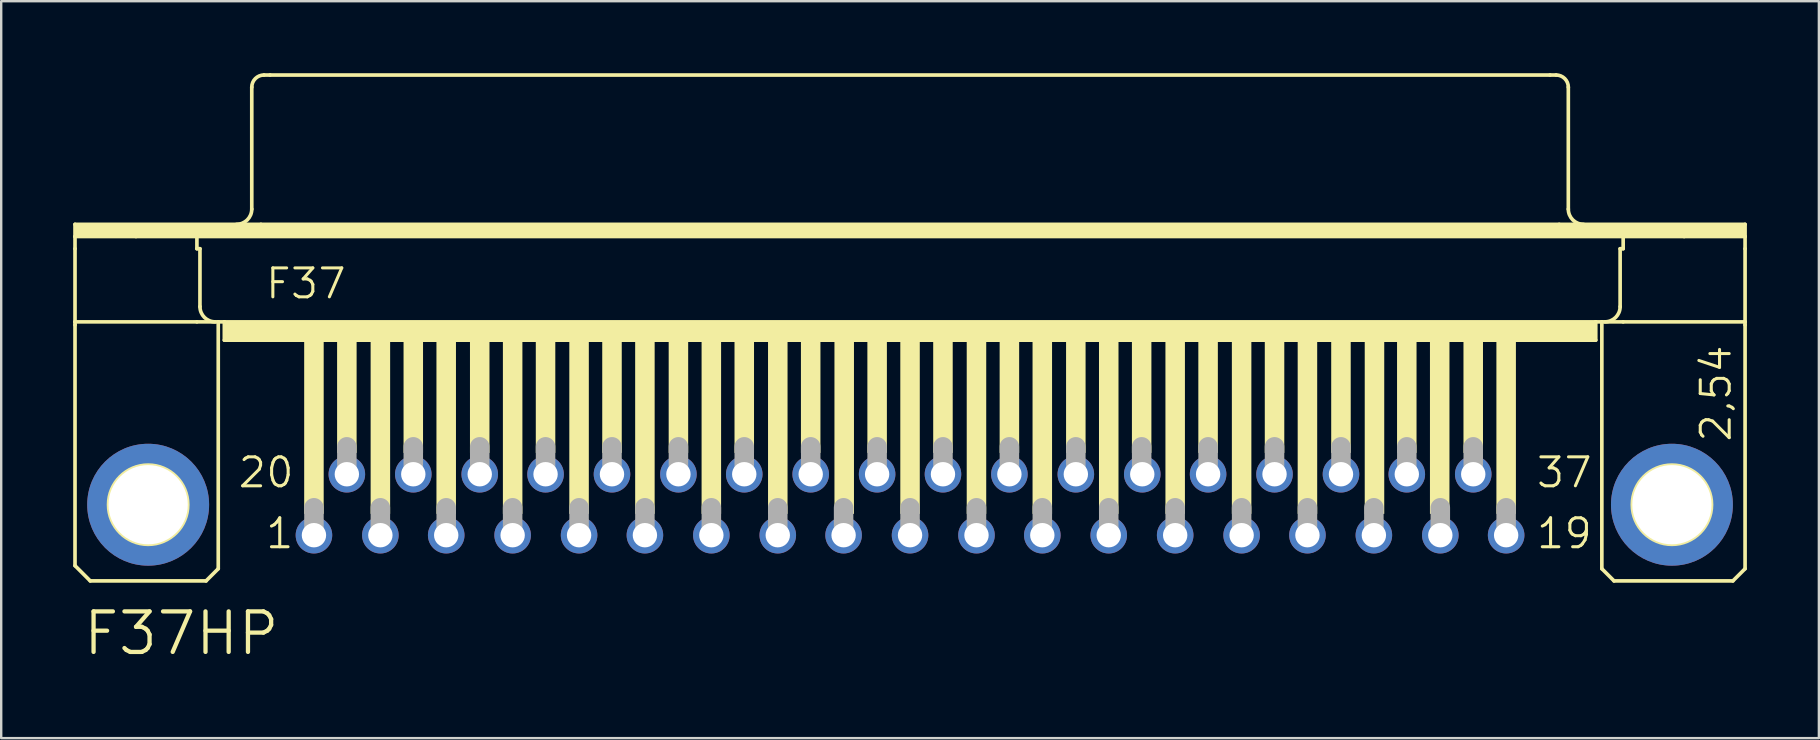
<source format=kicad_pcb>
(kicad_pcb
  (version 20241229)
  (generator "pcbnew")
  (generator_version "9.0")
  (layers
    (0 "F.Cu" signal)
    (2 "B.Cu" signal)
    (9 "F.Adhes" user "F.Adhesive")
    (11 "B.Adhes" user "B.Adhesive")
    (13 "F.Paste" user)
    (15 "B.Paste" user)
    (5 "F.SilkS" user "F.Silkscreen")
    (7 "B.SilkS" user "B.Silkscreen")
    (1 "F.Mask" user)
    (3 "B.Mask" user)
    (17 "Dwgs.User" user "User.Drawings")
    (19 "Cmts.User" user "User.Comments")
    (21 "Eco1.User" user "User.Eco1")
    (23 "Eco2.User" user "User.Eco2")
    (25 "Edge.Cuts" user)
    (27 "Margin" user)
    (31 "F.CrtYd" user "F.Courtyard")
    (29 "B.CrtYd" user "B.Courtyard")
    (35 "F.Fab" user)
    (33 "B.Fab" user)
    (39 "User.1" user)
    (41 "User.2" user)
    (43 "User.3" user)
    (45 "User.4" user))
  (footprint "F37HP"
    (layer "F.Cu")
    (at 34.874 17.983)
    (property "Reference" "F37HP" (at -34.544 6.35 0) (layer "F.SilkS") (effects (font (size 1.689 1.689) (thickness 0.178)) (justify left bottom)))
    (attr through_hole)
    (fp_line (start -34.798 -11.684) (end -27.051 -11.684) (stroke (width 0.152) (type solid)) (layer "F.SilkS"))
    (fp_line (start -34.798 -11.176) (end -34.798 -11.684) (stroke (width 0.152) (type solid)) (layer "F.SilkS"))
    (fp_line (start -34.798 -11.176) (end -32.258 -11.176) (stroke (width 0.152) (type solid)) (layer "F.SilkS"))
    (fp_line (start -34.798 -10.668) (end -34.798 -11.176) (stroke (width 0.152) (type solid)) (layer "F.SilkS"))
    (fp_line (start -34.798 -7.62) (end -34.798 -10.668) (stroke (width 0.152) (type solid)) (layer "F.SilkS"))
    (fp_line (start -34.798 -7.62) (end -34.798 -7.493) (stroke (width 0.152) (type solid)) (layer "F.SilkS"))
    (fp_line (start -34.798 -7.62) (end -29.718 -7.62) (stroke (width 0.152) (type solid)) (layer "F.SilkS"))
    (fp_line (start -34.798 2.54) (end -34.798 -7.493) (stroke (width 0.152) (type solid)) (layer "F.SilkS"))
    (fp_line (start -34.163 3.175) (end -34.798 2.54) (stroke (width 0.152) (type solid)) (layer "F.SilkS"))
    (fp_line (start -32.258 -11.176) (end -29.718 -11.176) (stroke (width 0.152) (type solid)) (layer "F.SilkS"))
    (fp_line (start -29.718 -11.176) (end 29.718 -11.176) (stroke (width 0.152) (type solid)) (layer "F.SilkS"))
    (fp_line (start -29.718 -10.668) (end -29.718 -11.176) (stroke (width 0.152) (type solid)) (layer "F.SilkS"))
    (fp_line (start -29.718 -10.668) (end -29.591 -10.668) (stroke (width 0.152) (type solid)) (layer "F.SilkS"))
    (fp_line (start -29.718 -7.62) (end -28.829 -7.62) (stroke (width 0.152) (type solid)) (layer "F.SilkS"))
    (fp_line (start -29.591 -8.255) (end -29.591 -10.668) (stroke (width 0.152) (type solid)) (layer "F.SilkS"))
    (fp_line (start -29.337 3.175) (end -34.163 3.175) (stroke (width 0.152) (type solid)) (layer "F.SilkS"))
    (fp_line (start -29.337 3.175) (end -28.829 2.667) (stroke (width 0.152) (type solid)) (layer "F.SilkS"))
    (fp_line (start -28.829 -7.62) (end -28.575 -7.62) (stroke (width 0.152) (type solid)) (layer "F.SilkS"))
    (fp_line (start -28.829 2.667) (end -28.829 -7.62) (stroke (width 0.152) (type solid)) (layer "F.SilkS"))
    (fp_line (start -28.575 -7.62) (end -28.575 -6.858) (stroke (width 0.152) (type solid)) (layer "F.SilkS"))
    (fp_line (start -28.575 -7.62) (end 28.575 -7.62) (stroke (width 0.152) (type solid)) (layer "F.SilkS"))
    (fp_line (start -28.575 -6.858) (end 28.575 -6.858) (stroke (width 0.152) (type solid)) (layer "F.SilkS"))
    (fp_line (start -27.432 -12.319) (end -27.432 -17.399) (stroke (width 0.152) (type solid)) (layer "F.SilkS"))
    (fp_line (start -27.051 -11.684) (end 27.051 -11.684) (stroke (width 0.152) (type solid)) (layer "F.SilkS"))
    (fp_line (start -26.924 -17.907) (end -26.67 -17.907) (stroke (width 0.152) (type solid)) (layer "F.SilkS"))
    (fp_line (start -26.67 -17.907) (end 26.67 -17.907) (stroke (width 0.152) (type solid)) (layer "F.SilkS"))
    (fp_line (start 26.67 -17.907) (end 26.924 -17.907) (stroke (width 0.152) (type solid)) (layer "F.SilkS"))
    (fp_line (start 27.051 -11.684) (end 34.798 -11.684) (stroke (width 0.152) (type solid)) (layer "F.SilkS"))
    (fp_line (start 27.432 -12.319) (end 27.432 -17.399) (stroke (width 0.152) (type solid)) (layer "F.SilkS"))
    (fp_line (start 28.575 -7.62) (end 28.575 -6.858) (stroke (width 0.152) (type solid)) (layer "F.SilkS"))
    (fp_line (start 28.575 -7.62) (end 28.829 -7.62) (stroke (width 0.152) (type solid)) (layer "F.SilkS"))
    (fp_line (start 28.829 -7.62) (end 29.718 -7.62) (stroke (width 0.152) (type solid)) (layer "F.SilkS"))
    (fp_line (start 28.829 2.667) (end 28.829 -7.62) (stroke (width 0.152) (type solid)) (layer "F.SilkS"))
    (fp_line (start 28.829 2.667) (end 29.337 3.175) (stroke (width 0.152) (type solid)) (layer "F.SilkS"))
    (fp_line (start 29.337 3.175) (end 34.29 3.175) (stroke (width 0.152) (type solid)) (layer "F.SilkS"))
    (fp_line (start 29.591 -10.668) (end 29.718 -10.668) (stroke (width 0.152) (type solid)) (layer "F.SilkS"))
    (fp_line (start 29.591 -8.255) (end 29.591 -10.668) (stroke (width 0.152) (type solid)) (layer "F.SilkS"))
    (fp_line (start 29.718 -11.176) (end 32.258 -11.176) (stroke (width 0.152) (type solid)) (layer "F.SilkS"))
    (fp_line (start 29.718 -10.668) (end 29.718 -11.176) (stroke (width 0.152) (type solid)) (layer "F.SilkS"))
    (fp_line (start 29.718 -7.62) (end 34.798 -7.62) (stroke (width 0.152) (type solid)) (layer "F.SilkS"))
    (fp_line (start 32.258 -11.176) (end 34.798 -11.176) (stroke (width 0.152) (type solid)) (layer "F.SilkS"))
    (fp_line (start 34.29 3.175) (end 34.798 2.667) (stroke (width 0.152) (type solid)) (layer "F.SilkS"))
    (fp_line (start 34.798 -11.684) (end 34.798 -11.176) (stroke (width 0.152) (type solid)) (layer "F.SilkS"))
    (fp_line (start 34.798 -11.176) (end 34.798 -10.668) (stroke (width 0.152) (type solid)) (layer "F.SilkS"))
    (fp_line (start 34.798 -10.668) (end 34.798 -7.62) (stroke (width 0.152) (type solid)) (layer "F.SilkS"))
    (fp_line (start 34.798 -7.62) (end 34.798 -7.493) (stroke (width 0.152) (type solid)) (layer "F.SilkS"))
    (fp_line (start 34.798 2.667) (end 34.798 -7.493) (stroke (width 0.152) (type solid)) (layer "F.SilkS"))
    (fp_arc (start -28.956 -7.62) (mid -29.405013 -7.805987) (end -29.591 -8.255) (stroke (width 0.1524) (type solid)) (layer "F.SilkS"))
    (fp_arc (start -27.432 -17.399) (mid -27.28321 -17.75821) (end -26.924 -17.907) (stroke (width 0.1524) (type solid)) (layer "F.SilkS"))
    (fp_arc (start -27.432 -12.319) (mid -27.617987 -11.869987) (end -28.067 -11.684) (stroke (width 0.1524) (type solid)) (layer "F.SilkS"))
    (fp_arc (start 26.924 -17.907) (mid 27.28321 -17.75821) (end 27.432 -17.399) (stroke (width 0.1524) (type solid)) (layer "F.SilkS"))
    (fp_arc (start 28.067 -11.684) (mid 27.617987 -11.869987) (end 27.432 -12.319) (stroke (width 0.1524) (type solid)) (layer "F.SilkS"))
    (fp_arc (start 29.591 -8.255) (mid 29.405013 -7.805987) (end 28.956 -7.62) (stroke (width 0.1524) (type solid)) (layer "F.SilkS"))
    (fp_circle (center -31.75 0) (end -30.099 0) (stroke (width 0.152) (type solid)) (fill no) (layer "F.SilkS"))
    (fp_circle (center 31.75 0) (end 33.401 0) (stroke (width 0.152) (type solid)) (fill no) (layer "F.SilkS"))
    (fp_poly (pts (xy -34.798 -11.176) (xy 34.798 -11.176) (xy 34.798 -11.684) (xy -34.798 -11.684)) (stroke (width 0) (type solid)) (fill yes) (layer "F.SilkS"))
    (fp_poly (pts (xy -28.575 -6.858) (xy 28.575 -6.858) (xy 28.575 -7.62) (xy -28.575 -7.62)) (stroke (width 0) (type solid)) (fill yes) (layer "F.SilkS"))
    (fp_poly (pts (xy -25.248 0.381) (xy -24.435 0.381) (xy -24.435 -6.858) (xy -25.248 -6.858)) (stroke (width 0) (type solid)) (fill yes) (layer "F.SilkS"))
    (fp_poly (pts (xy -23.876 -2.159) (xy -23.063 -2.159) (xy -23.063 -6.858) (xy -23.876 -6.858)) (stroke (width 0) (type solid)) (fill yes) (layer "F.SilkS"))
    (fp_poly (pts (xy -22.479 0.381) (xy -21.666 0.381) (xy -21.666 -6.858) (xy -22.479 -6.858)) (stroke (width 0) (type solid)) (fill yes) (layer "F.SilkS"))
    (fp_poly (pts (xy -21.107 -2.159) (xy -20.295 -2.159) (xy -20.295 -6.858) (xy -21.107 -6.858)) (stroke (width 0) (type solid)) (fill yes) (layer "F.SilkS"))
    (fp_poly (pts (xy -19.736 0.381) (xy -18.923 0.381) (xy -18.923 -6.858) (xy -19.736 -6.858)) (stroke (width 0) (type solid)) (fill yes) (layer "F.SilkS"))
    (fp_poly (pts (xy -18.339 -2.159) (xy -17.526 -2.159) (xy -17.526 -6.858) (xy -18.339 -6.858)) (stroke (width 0) (type solid)) (fill yes) (layer "F.SilkS"))
    (fp_poly (pts (xy -16.967 0.381) (xy -16.154 0.381) (xy -16.154 -6.858) (xy -16.967 -6.858)) (stroke (width 0) (type solid)) (fill yes) (layer "F.SilkS"))
    (fp_poly (pts (xy -15.596 -2.159) (xy -14.783 -2.159) (xy -14.783 -6.858) (xy -15.596 -6.858)) (stroke (width 0) (type solid)) (fill yes) (layer "F.SilkS"))
    (fp_poly (pts (xy -14.199 0.381) (xy -13.386 0.381) (xy -13.386 -6.858) (xy -14.199 -6.858)) (stroke (width 0) (type solid)) (fill yes) (layer "F.SilkS"))
    (fp_poly (pts (xy -12.827 -2.159) (xy -12.014 -2.159) (xy -12.014 -6.858) (xy -12.827 -6.858)) (stroke (width 0) (type solid)) (fill yes) (layer "F.SilkS"))
    (fp_poly (pts (xy -11.455 0.381) (xy -10.643 0.381) (xy -10.643 -6.858) (xy -11.455 -6.858)) (stroke (width 0) (type solid)) (fill yes) (layer "F.SilkS"))
    (fp_poly (pts (xy -10.058 -2.159) (xy -9.246 -2.159) (xy -9.246 -6.858) (xy -10.058 -6.858)) (stroke (width 0) (type solid)) (fill yes) (layer "F.SilkS"))
    (fp_poly (pts (xy -8.687 0.381) (xy -7.874 0.381) (xy -7.874 -6.858) (xy -8.687 -6.858)) (stroke (width 0) (type solid)) (fill yes) (layer "F.SilkS"))
    (fp_poly (pts (xy -7.315 -2.159) (xy -6.502 -2.159) (xy -6.502 -6.858) (xy -7.315 -6.858)) (stroke (width 0) (type solid)) (fill yes) (layer "F.SilkS"))
    (fp_poly (pts (xy -5.918 0.381) (xy -5.105 0.381) (xy -5.105 -6.858) (xy -5.918 -6.858)) (stroke (width 0) (type solid)) (fill yes) (layer "F.SilkS"))
    (fp_poly (pts (xy -4.547 -2.159) (xy -3.734 -2.159) (xy -3.734 -6.858) (xy -4.547 -6.858)) (stroke (width 0) (type solid)) (fill yes) (layer "F.SilkS"))
    (fp_poly (pts (xy -3.15 0.381) (xy -2.337 0.381) (xy -2.337 -6.858) (xy -3.15 -6.858)) (stroke (width 0) (type solid)) (fill yes) (layer "F.SilkS"))
    (fp_poly (pts (xy -1.778 -2.159) (xy -0.965 -2.159) (xy -0.965 -6.858) (xy -1.778 -6.858)) (stroke (width 0) (type solid)) (fill yes) (layer "F.SilkS"))
    (fp_poly (pts (xy -0.406 0.381) (xy 0.406 0.381) (xy 0.406 -6.858) (xy -0.406 -6.858)) (stroke (width 0) (type solid)) (fill yes) (layer "F.SilkS"))
    (fp_poly (pts (xy 0.965 -2.159) (xy 1.778 -2.159) (xy 1.778 -6.858) (xy 0.965 -6.858)) (stroke (width 0) (type solid)) (fill yes) (layer "F.SilkS"))
    (fp_poly (pts (xy 2.362 0.381) (xy 3.175 0.381) (xy 3.175 -6.858) (xy 2.362 -6.858)) (stroke (width 0) (type solid)) (fill yes) (layer "F.SilkS"))
    (fp_poly (pts (xy 3.734 -2.159) (xy 4.547 -2.159) (xy 4.547 -6.858) (xy 3.734 -6.858)) (stroke (width 0) (type solid)) (fill yes) (layer "F.SilkS"))
    (fp_poly (pts (xy 5.105 0.381) (xy 5.918 0.381) (xy 5.918 -6.858) (xy 5.105 -6.858)) (stroke (width 0) (type solid)) (fill yes) (layer "F.SilkS"))
    (fp_poly (pts (xy 6.502 -2.159) (xy 7.315 -2.159) (xy 7.315 -6.858) (xy 6.502 -6.858)) (stroke (width 0) (type solid)) (fill yes) (layer "F.SilkS"))
    (fp_poly (pts (xy 7.874 0.381) (xy 8.687 0.381) (xy 8.687 -6.858) (xy 7.874 -6.858)) (stroke (width 0) (type solid)) (fill yes) (layer "F.SilkS"))
    (fp_poly (pts (xy 9.246 -2.159) (xy 10.058 -2.159) (xy 10.058 -6.858) (xy 9.246 -6.858)) (stroke (width 0) (type solid)) (fill yes) (layer "F.SilkS"))
    (fp_poly (pts (xy 10.643 0.381) (xy 11.455 0.381) (xy 11.455 -6.858) (xy 10.643 -6.858)) (stroke (width 0) (type solid)) (fill yes) (layer "F.SilkS"))
    (fp_poly (pts (xy 12.014 -2.159) (xy 12.827 -2.159) (xy 12.827 -6.858) (xy 12.014 -6.858)) (stroke (width 0) (type solid)) (fill yes) (layer "F.SilkS"))
    (fp_poly (pts (xy 13.411 0.381) (xy 14.224 0.381) (xy 14.224 -6.858) (xy 13.411 -6.858)) (stroke (width 0) (type solid)) (fill yes) (layer "F.SilkS"))
    (fp_poly (pts (xy 14.783 -2.159) (xy 15.596 -2.159) (xy 15.596 -6.858) (xy 14.783 -6.858)) (stroke (width 0) (type solid)) (fill yes) (layer "F.SilkS"))
    (fp_poly (pts (xy 16.154 0.381) (xy 16.967 0.381) (xy 16.967 -6.858) (xy 16.154 -6.858)) (stroke (width 0) (type solid)) (fill yes) (layer "F.SilkS"))
    (fp_poly (pts (xy 17.551 -2.159) (xy 18.364 -2.159) (xy 18.364 -6.858) (xy 17.551 -6.858)) (stroke (width 0) (type solid)) (fill yes) (layer "F.SilkS"))
    (fp_poly (pts (xy 18.948 0.381) (xy 19.761 0.381) (xy 19.761 -6.858) (xy 18.948 -6.858)) (stroke (width 0) (type solid)) (fill yes) (layer "F.SilkS"))
    (fp_poly (pts (xy 20.295 -2.159) (xy 21.107 -2.159) (xy 21.107 -6.858) (xy 20.295 -6.858)) (stroke (width 0) (type solid)) (fill yes) (layer "F.SilkS"))
    (fp_poly (pts (xy 21.666 0.381) (xy 22.479 0.381) (xy 22.479 -6.858) (xy 21.666 -6.858)) (stroke (width 0) (type solid)) (fill yes) (layer "F.SilkS"))
    (fp_poly (pts (xy 23.063 -2.159) (xy 23.876 -2.159) (xy 23.876 -6.858) (xy 23.063 -6.858)) (stroke (width 0) (type solid)) (fill yes) (layer "F.SilkS"))
    (fp_poly (pts (xy 24.435 0.381) (xy 25.248 0.381) (xy 25.248 -6.858) (xy 24.435 -6.858)) (stroke (width 0) (type solid)) (fill yes) (layer "F.SilkS"))
    (fp_line (start -24.841 1.143) (end -24.841 0.127) (stroke (width 0.813) (type solid)) (layer "F.Fab"))
    (fp_line (start -23.47 -1.397) (end -23.47 -2.413) (stroke (width 0.813) (type solid)) (layer "F.Fab"))
    (fp_line (start -22.073 1.143) (end -22.073 0.127) (stroke (width 0.813) (type solid)) (layer "F.Fab"))
    (fp_line (start -20.701 -1.397) (end -20.701 -2.413) (stroke (width 0.813) (type solid)) (layer "F.Fab"))
    (fp_line (start -19.329 1.143) (end -19.329 0.127) (stroke (width 0.813) (type solid)) (layer "F.Fab"))
    (fp_line (start -17.932 -1.397) (end -17.932 -2.413) (stroke (width 0.813) (type solid)) (layer "F.Fab"))
    (fp_line (start -16.561 1.143) (end -16.561 0.127) (stroke (width 0.813) (type solid)) (layer "F.Fab"))
    (fp_line (start -15.189 -1.397) (end -15.189 -2.413) (stroke (width 0.813) (type solid)) (layer "F.Fab"))
    (fp_line (start -13.792 1.143) (end -13.792 0.127) (stroke (width 0.813) (type solid)) (layer "F.Fab"))
    (fp_line (start -12.421 -1.397) (end -12.421 -2.413) (stroke (width 0.813) (type solid)) (layer "F.Fab"))
    (fp_line (start -11.049 1.143) (end -11.049 0.127) (stroke (width 0.813) (type solid)) (layer "F.Fab"))
    (fp_line (start -9.652 -1.397) (end -9.652 -2.413) (stroke (width 0.813) (type solid)) (layer "F.Fab"))
    (fp_line (start -8.28 1.143) (end -8.28 0.127) (stroke (width 0.813) (type solid)) (layer "F.Fab"))
    (fp_line (start -6.909 -1.397) (end -6.909 -2.413) (stroke (width 0.813) (type solid)) (layer "F.Fab"))
    (fp_line (start -5.512 1.143) (end -5.512 0.127) (stroke (width 0.813) (type solid)) (layer "F.Fab"))
    (fp_line (start -4.14 -1.397) (end -4.14 -2.413) (stroke (width 0.813) (type solid)) (layer "F.Fab"))
    (fp_line (start -2.769 1.143) (end -2.769 0.127) (stroke (width 0.813) (type solid)) (layer "F.Fab"))
    (fp_line (start -1.372 -1.397) (end -1.372 -2.413) (stroke (width 0.813) (type solid)) (layer "F.Fab"))
    (fp_line (start 0 1.143) (end 0 0.127) (stroke (width 0.813) (type solid)) (layer "F.Fab"))
    (fp_line (start 1.372 -1.397) (end 1.372 -2.413) (stroke (width 0.813) (type solid)) (layer "F.Fab"))
    (fp_line (start 2.769 1.143) (end 2.769 0.127) (stroke (width 0.813) (type solid)) (layer "F.Fab"))
    (fp_line (start 4.14 -1.397) (end 4.14 -2.413) (stroke (width 0.813) (type solid)) (layer "F.Fab"))
    (fp_line (start 5.512 1.143) (end 5.512 0.127) (stroke (width 0.813) (type solid)) (layer "F.Fab"))
    (fp_line (start 6.909 -1.397) (end 6.909 -2.413) (stroke (width 0.813) (type solid)) (layer "F.Fab"))
    (fp_line (start 8.28 1.143) (end 8.28 0.127) (stroke (width 0.813) (type solid)) (layer "F.Fab"))
    (fp_line (start 9.652 -1.397) (end 9.652 -2.413) (stroke (width 0.813) (type solid)) (layer "F.Fab"))
    (fp_line (start 11.049 1.143) (end 11.049 0.127) (stroke (width 0.813) (type solid)) (layer "F.Fab"))
    (fp_line (start 12.421 -1.397) (end 12.421 -2.413) (stroke (width 0.813) (type solid)) (layer "F.Fab"))
    (fp_line (start 13.818 1.143) (end 13.818 0.127) (stroke (width 0.813) (type solid)) (layer "F.Fab"))
    (fp_line (start 15.189 -1.397) (end 15.189 -2.413) (stroke (width 0.813) (type solid)) (layer "F.Fab"))
    (fp_line (start 16.561 1.143) (end 16.561 0.127) (stroke (width 0.813) (type solid)) (layer "F.Fab"))
    (fp_line (start 17.958 -1.397) (end 17.958 -2.413) (stroke (width 0.813) (type solid)) (layer "F.Fab"))
    (fp_line (start 19.329 1.143) (end 19.329 0.127) (stroke (width 0.813) (type solid)) (layer "F.Fab"))
    (fp_line (start 20.701 -1.397) (end 20.701 -2.413) (stroke (width 0.813) (type solid)) (layer "F.Fab"))
    (fp_line (start 22.098 1.143) (end 22.098 0.127) (stroke (width 0.813) (type solid)) (layer "F.Fab"))
    (fp_line (start 23.47 -1.397) (end 23.47 -2.413) (stroke (width 0.813) (type solid)) (layer "F.Fab"))
    (fp_line (start 24.841 1.143) (end 24.841 0.127) (stroke (width 0.813) (type solid)) (layer "F.Fab"))
    (fp_text user "1" (at -26.924 1.905 0) (layer "F.SilkS") (effects (font (size 1.206 1.206) (thickness 0.127)) (justify left bottom)))
    (fp_text user "2,54" (at 34.29 -2.54 90) (layer "F.SilkS") (effects (font (size 1.206 1.206) (thickness 0.127)) (justify left bottom)))
    (fp_text user "37" (at 26.035 -0.635 0) (layer "F.SilkS") (effects (font (size 1.206 1.206) (thickness 0.127)) (justify left bottom)))
    (fp_text user "20" (at -28.067 -0.635 0) (layer "F.SilkS") (effects (font (size 1.206 1.206) (thickness 0.127)) (justify left bottom)))
    (fp_text user "F37" (at -26.924 -8.509 0) (layer "F.SilkS") (effects (font (size 1.206 1.206) (thickness 0.127)) (justify left bottom)))
    (fp_text user "19" (at 26.035 1.905 0) (layer "F.SilkS") (effects (font (size 1.206 1.206) (thickness 0.127)) (justify left bottom)))
    (pad "1" thru_hole circle (at -24.841 1.27) (size 1.524 1.524) (drill 1.016) (layers "*.Cu" "*.Mask"))
    (pad "2" thru_hole circle (at -22.073 1.27) (size 1.524 1.524) (drill 1.016) (layers "*.Cu" "*.Mask"))
    (pad "3" thru_hole circle (at -19.329 1.27) (size 1.524 1.524) (drill 1.016) (layers "*.Cu" "*.Mask"))
    (pad "4" thru_hole circle (at -16.561 1.27) (size 1.524 1.524) (drill 1.016) (layers "*.Cu" "*.Mask"))
    (pad "5" thru_hole circle (at -13.792 1.27) (size 1.524 1.524) (drill 1.016) (layers "*.Cu" "*.Mask"))
    (pad "6" thru_hole circle (at -11.049 1.27) (size 1.524 1.524) (drill 1.016) (layers "*.Cu" "*.Mask"))
    (pad "7" thru_hole circle (at -8.28 1.27) (size 1.524 1.524) (drill 1.016) (layers "*.Cu" "*.Mask"))
    (pad "8" thru_hole circle (at -5.512 1.27) (size 1.524 1.524) (drill 1.016) (layers "*.Cu" "*.Mask"))
    (pad "9" thru_hole circle (at -2.769 1.27) (size 1.524 1.524) (drill 1.016) (layers "*.Cu" "*.Mask"))
    (pad "10" thru_hole circle (at 0 1.27) (size 1.524 1.524) (drill 1.016) (layers "*.Cu" "*.Mask"))
    (pad "11" thru_hole circle (at 2.769 1.27) (size 1.524 1.524) (drill 1.016) (layers "*.Cu" "*.Mask"))
    (pad "12" thru_hole circle (at 5.512 1.27) (size 1.524 1.524) (drill 1.016) (layers "*.Cu" "*.Mask"))
    (pad "13" thru_hole circle (at 8.28 1.27) (size 1.524 1.524) (drill 1.016) (layers "*.Cu" "*.Mask"))
    (pad "14" thru_hole circle (at 11.049 1.27) (size 1.524 1.524) (drill 1.016) (layers "*.Cu" "*.Mask"))
    (pad "15" thru_hole circle (at 13.818 1.27) (size 1.524 1.524) (drill 1.016) (layers "*.Cu" "*.Mask"))
    (pad "16" thru_hole circle (at 16.561 1.27) (size 1.524 1.524) (drill 1.016) (layers "*.Cu" "*.Mask"))
    (pad "17" thru_hole circle (at 19.329 1.27) (size 1.524 1.524) (drill 1.016) (layers "*.Cu" "*.Mask"))
    (pad "18" thru_hole circle (at 22.098 1.27) (size 1.524 1.524) (drill 1.016) (layers "*.Cu" "*.Mask"))
    (pad "19" thru_hole circle (at 24.841 1.27) (size 1.524 1.524) (drill 1.016) (layers "*.Cu" "*.Mask"))
    (pad "20" thru_hole circle (at -23.47 -1.27) (size 1.524 1.524) (drill 1.016) (layers "*.Cu" "*.Mask"))
    (pad "21" thru_hole circle (at -20.701 -1.27) (size 1.524 1.524) (drill 1.016) (layers "*.Cu" "*.Mask"))
    (pad "22" thru_hole circle (at -17.932 -1.27) (size 1.524 1.524) (drill 1.016) (layers "*.Cu" "*.Mask"))
    (pad "23" thru_hole circle (at -15.189 -1.27) (size 1.524 1.524) (drill 1.016) (layers "*.Cu" "*.Mask"))
    (pad "24" thru_hole circle (at -12.421 -1.27) (size 1.524 1.524) (drill 1.016) (layers "*.Cu" "*.Mask"))
    (pad "25" thru_hole circle (at -9.652 -1.27) (size 1.524 1.524) (drill 1.016) (layers "*.Cu" "*.Mask"))
    (pad "26" thru_hole circle (at -6.909 -1.27) (size 1.524 1.524) (drill 1.016) (layers "*.Cu" "*.Mask"))
    (pad "27" thru_hole circle (at -4.14 -1.27) (size 1.524 1.524) (drill 1.016) (layers "*.Cu" "*.Mask"))
    (pad "28" thru_hole circle (at -1.372 -1.27) (size 1.524 1.524) (drill 1.016) (layers "*.Cu" "*.Mask"))
    (pad "29" thru_hole circle (at 1.372 -1.27) (size 1.524 1.524) (drill 1.016) (layers "*.Cu" "*.Mask"))
    (pad "30" thru_hole circle (at 4.14 -1.27) (size 1.524 1.524) (drill 1.016) (layers "*.Cu" "*.Mask"))
    (pad "31" thru_hole circle (at 6.909 -1.27) (size 1.524 1.524) (drill 1.016) (layers "*.Cu" "*.Mask"))
    (pad "32" thru_hole circle (at 9.677 -1.27) (size 1.524 1.524) (drill 1.016) (layers "*.Cu" "*.Mask"))
    (pad "33" thru_hole circle (at 12.421 -1.27) (size 1.524 1.524) (drill 1.016) (layers "*.Cu" "*.Mask"))
    (pad "34" thru_hole circle (at 15.189 -1.27) (size 1.524 1.524) (drill 1.016) (layers "*.Cu" "*.Mask"))
    (pad "35" thru_hole circle (at 17.958 -1.27) (size 1.524 1.524) (drill 1.016) (layers "*.Cu" "*.Mask"))
    (pad "36" thru_hole circle (at 20.701 -1.27) (size 1.524 1.524) (drill 1.016) (layers "*.Cu" "*.Mask"))
    (pad "37" thru_hole circle (at 23.47 -1.27) (size 1.524 1.524) (drill 1.016) (layers "*.Cu" "*.Mask"))
    (pad "G1" thru_hole circle (at -31.75 0) (size 5.08 5.08) (drill 3.302) (layers "*.Cu" "*.Mask"))
    (pad "G2" thru_hole circle (at 31.75 0) (size 5.08 5.08) (drill 3.302) (layers "*.Cu" "*.Mask")))
  (gr_rect
    (start -3 -3)
    (end 72.748 27.711)
    (stroke (width 0.1) (type default))
    (fill no)
    (layer "Edge.Cuts")))
</source>
